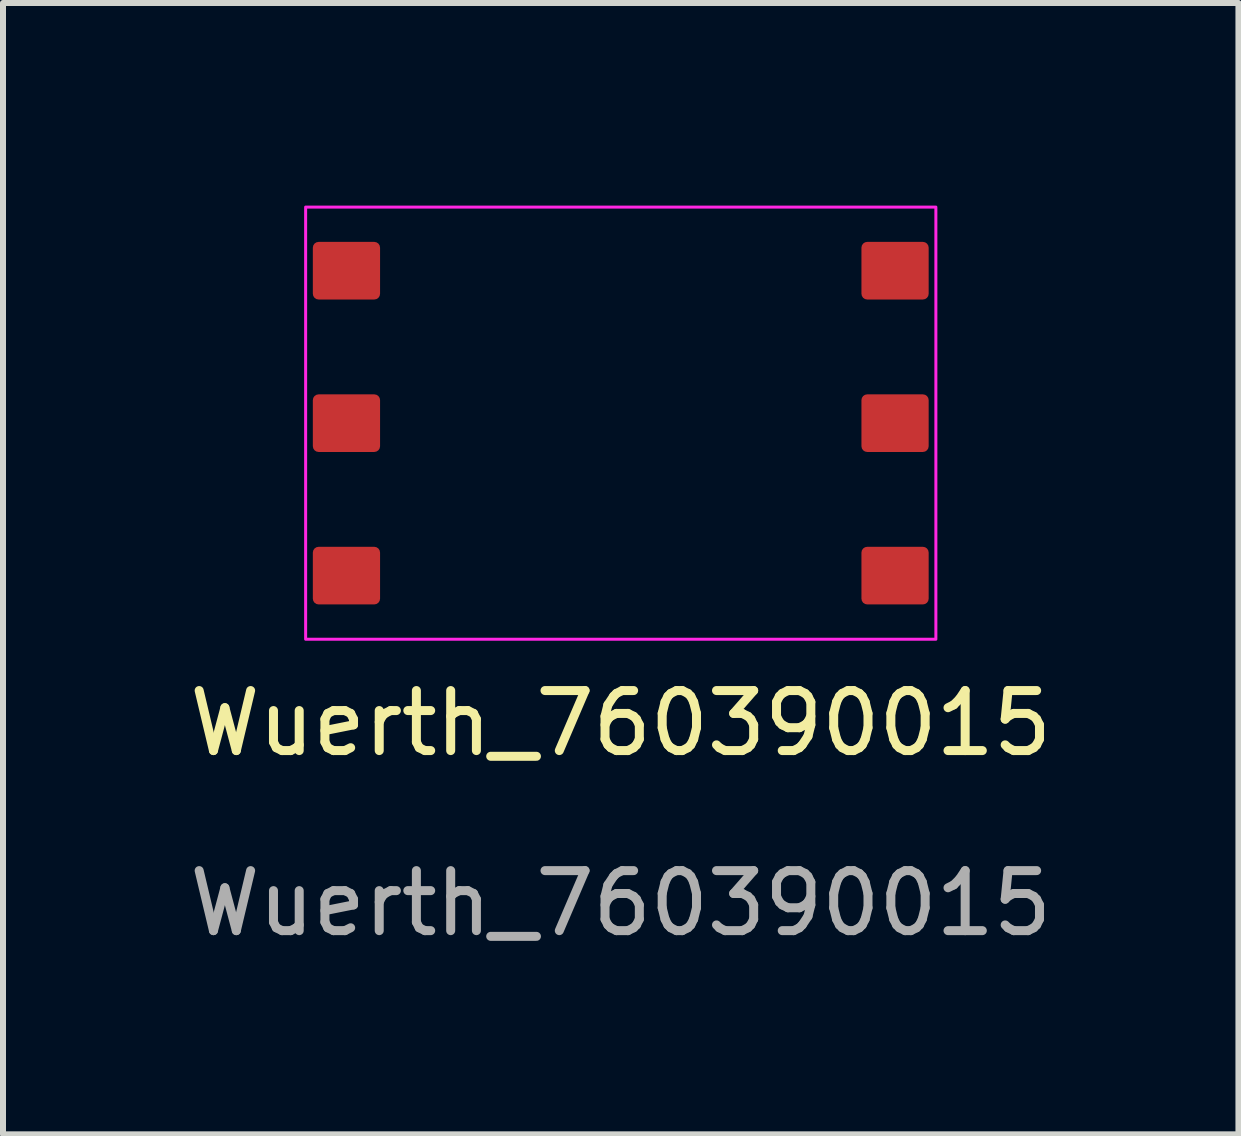
<source format=kicad_pcb>
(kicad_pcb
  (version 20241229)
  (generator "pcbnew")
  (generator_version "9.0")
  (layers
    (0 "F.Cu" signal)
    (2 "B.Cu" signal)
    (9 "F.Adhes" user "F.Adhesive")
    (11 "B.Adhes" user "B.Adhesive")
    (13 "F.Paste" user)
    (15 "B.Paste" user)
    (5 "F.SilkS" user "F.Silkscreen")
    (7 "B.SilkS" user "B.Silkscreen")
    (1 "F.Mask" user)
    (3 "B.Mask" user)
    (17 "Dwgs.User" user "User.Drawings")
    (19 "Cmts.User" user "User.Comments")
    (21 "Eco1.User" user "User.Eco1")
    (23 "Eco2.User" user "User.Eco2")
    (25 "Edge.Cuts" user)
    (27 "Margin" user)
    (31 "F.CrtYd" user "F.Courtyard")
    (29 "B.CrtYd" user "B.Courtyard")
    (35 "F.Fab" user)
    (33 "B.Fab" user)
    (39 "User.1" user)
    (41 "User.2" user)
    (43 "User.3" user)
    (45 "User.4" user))
  (footprint "Wuerth_760390015"
    (layer "F.Cu")
    (at 7.292 4)
    (property "Reference" "Wuerth_760390015" (at 0 5 0) (unlocked yes) (layer "F.SilkS") (effects (font (size 1 1) (thickness 0.15))))
    (attr smd)
    (fp_rect (start -5.25 -3.6) (end 5.25 3.6) (stroke (width 0.05) (type default)) (fill no) (layer "F.CrtYd"))
    (fp_text user "${REFERENCE}" (at 0 8 0) (unlocked yes) (layer "F.Fab") (effects (font (size 1 1) (thickness 0.15))))
    (pad "1" smd roundrect (at -4.57 -2.54) (size 1.12 0.96) (layers "F.Cu" "F.Mask" "F.Paste") (roundrect_rratio 0.1))
    (pad "2" smd roundrect (at -4.57 0) (size 1.12 0.96) (layers "F.Cu" "F.Mask" "F.Paste") (roundrect_rratio 0.1))
    (pad "3" smd roundrect (at -4.57 2.54) (size 1.12 0.96) (layers "F.Cu" "F.Mask" "F.Paste") (roundrect_rratio 0.1))
    (pad "4" smd roundrect (at 4.57 2.54) (size 1.12 0.96) (layers "F.Cu" "F.Mask" "F.Paste") (roundrect_rratio 0.1))
    (pad "5" smd roundrect (at 4.57 0) (size 1.12 0.96) (layers "F.Cu" "F.Mask" "F.Paste") (roundrect_rratio 0.1))
    (pad "6" smd roundrect (at 4.57 -2.54) (size 1.12 0.96) (layers "F.Cu" "F.Mask" "F.Paste") (roundrect_rratio 0.1))
    (zone (net_name "") (layers "F.Cu" "B.Cu" "F.CrtYd") (name "Isolation Gap") (hatch edge 0.5) (connect_pads) (min_thickness 0.25) (filled_areas_thickness no) (keepout (tracks not_allowed) (vias not_allowed) (pads not_allowed) (copperpour not_allowed) (footprints allowed)) (placement (enabled no)) (fill) (polygon (pts (xy 3.292 0) (xy 11.292 0) (xy 11.292 8) (xy 3.292 8)))))
  (gr_rect
    (start -3 -3)
    (end 17.583 15.848)
    (stroke (width 0.1) (type default))
    (fill no)
    (layer "Edge.Cuts")))
</source>
